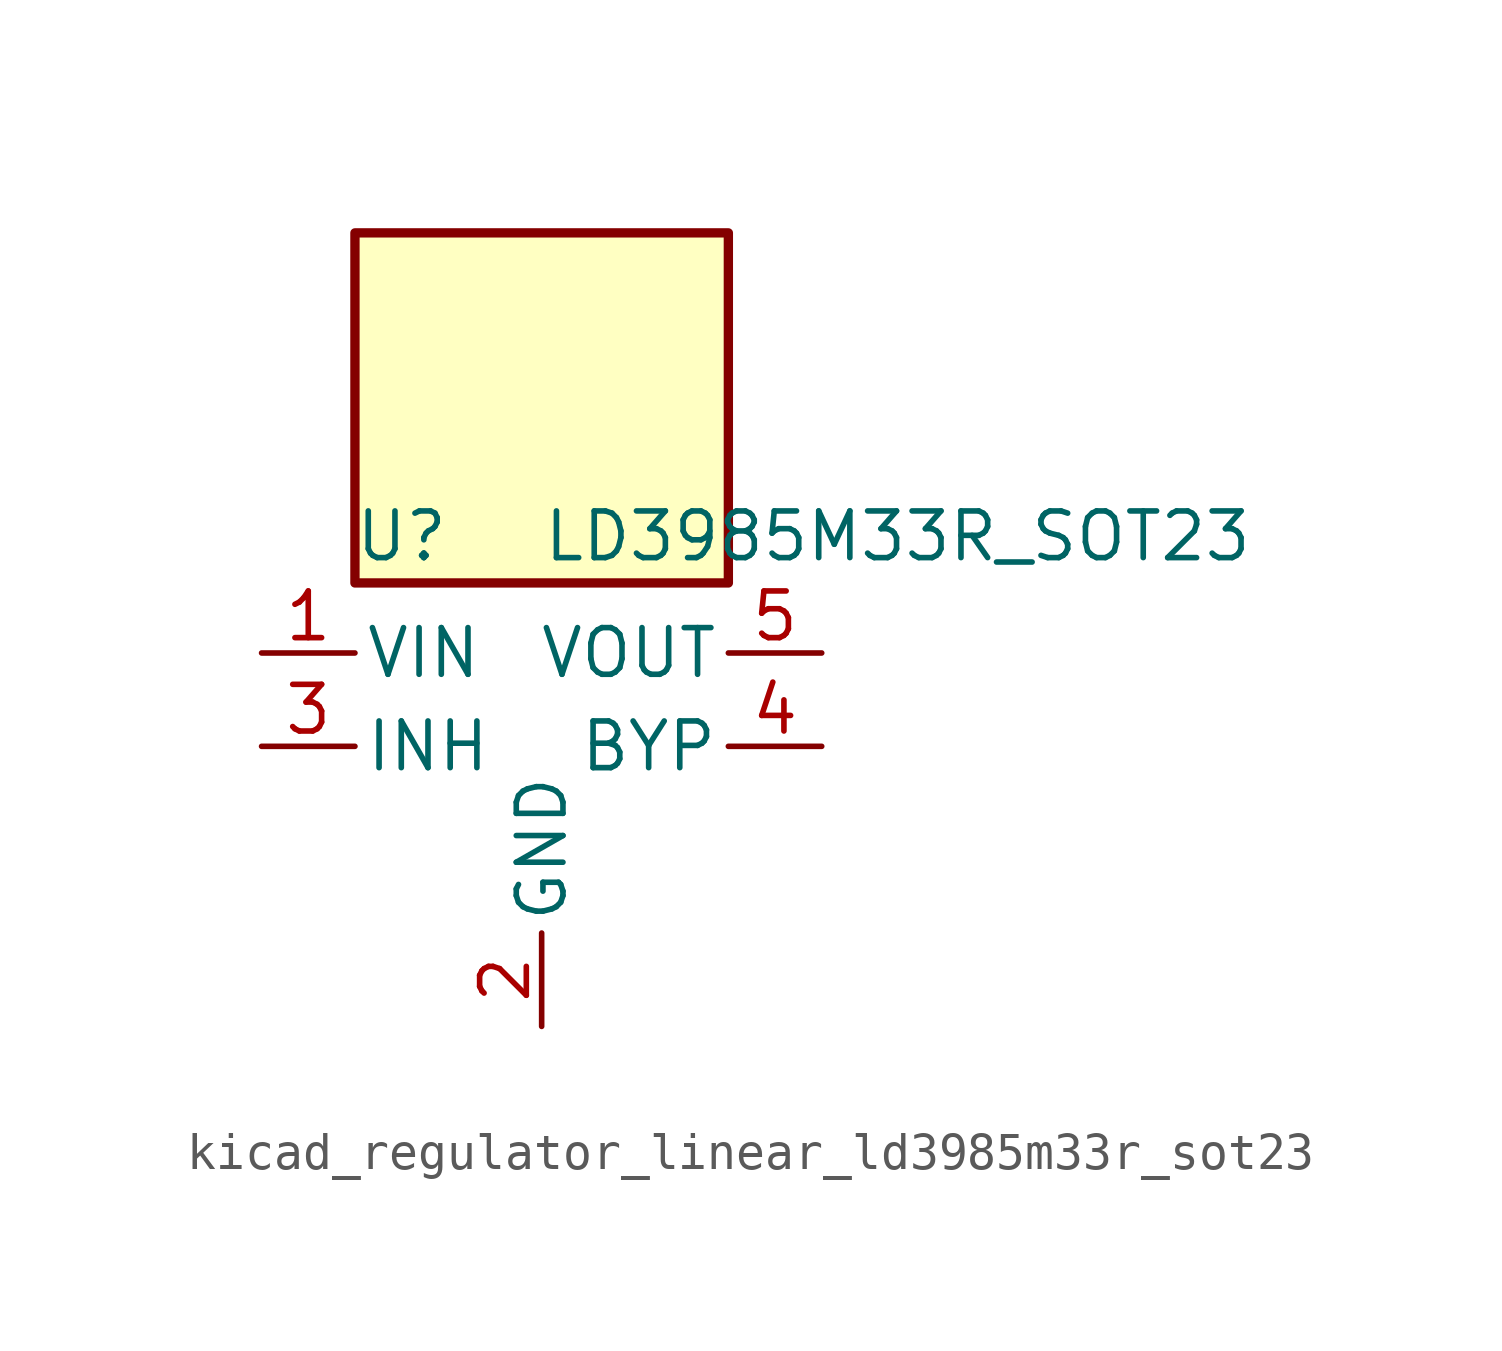
<source format=kicad_sym>
(kicad_symbol_lib
  (version 20220914)
  (generator kicad_symbol_editor)
  (symbol "kicad_regulator_linear_ld3985m33r_sot23"
    (pin_names
      (offset 0.254))
    (property "Reference" "U"
      (at -3.81 5.715 0)
      (effects (font (size 1.27 1.27))))
    (property "Value" "LD3985M33R_SOT23"
      (at 0 5.715 0)
      (effects (font (size 1.27 1.27)) (justify left)))
    (symbol "kicad_regulator_linear_ld3985m33r_sot23_0_1"
      (rectangle (start 5.08 13.97) (end -5.08 4.445) (stroke (width 0.254) (type default)) (fill (type background))))
    (symbol "kicad_regulator_linear_ld3985m33r_sot23_1_1"
      (pin power_in line (at -7.62 2.54 0) (length 2.54) (name "VIN" (effects (font (size 1.27 1.27)))) (number "1" (effects (font (size 1.27 1.27)))))
      (pin power_in line (at 0 -7.62 90) (length 2.54) (name "GND" (effects (font (size 1.27 1.27)))) (number "2" (effects (font (size 1.27 1.27)))))
      (pin input line (at -7.62 0 0) (length 2.54) (name "INH" (effects (font (size 1.27 1.27)))) (number "3" (effects (font (size 1.27 1.27)))))
      (pin input line (at 7.62 0 180) (length 2.54) (name "BYP" (effects (font (size 1.27 1.27)))) (number "4" (effects (font (size 1.27 1.27)))))
      (pin power_out line (at 7.62 2.54 180) (length 2.54) (name "VOUT" (effects (font (size 1.27 1.27)))) (number "5" (effects (font (size 1.27 1.27))))))))
</source>
